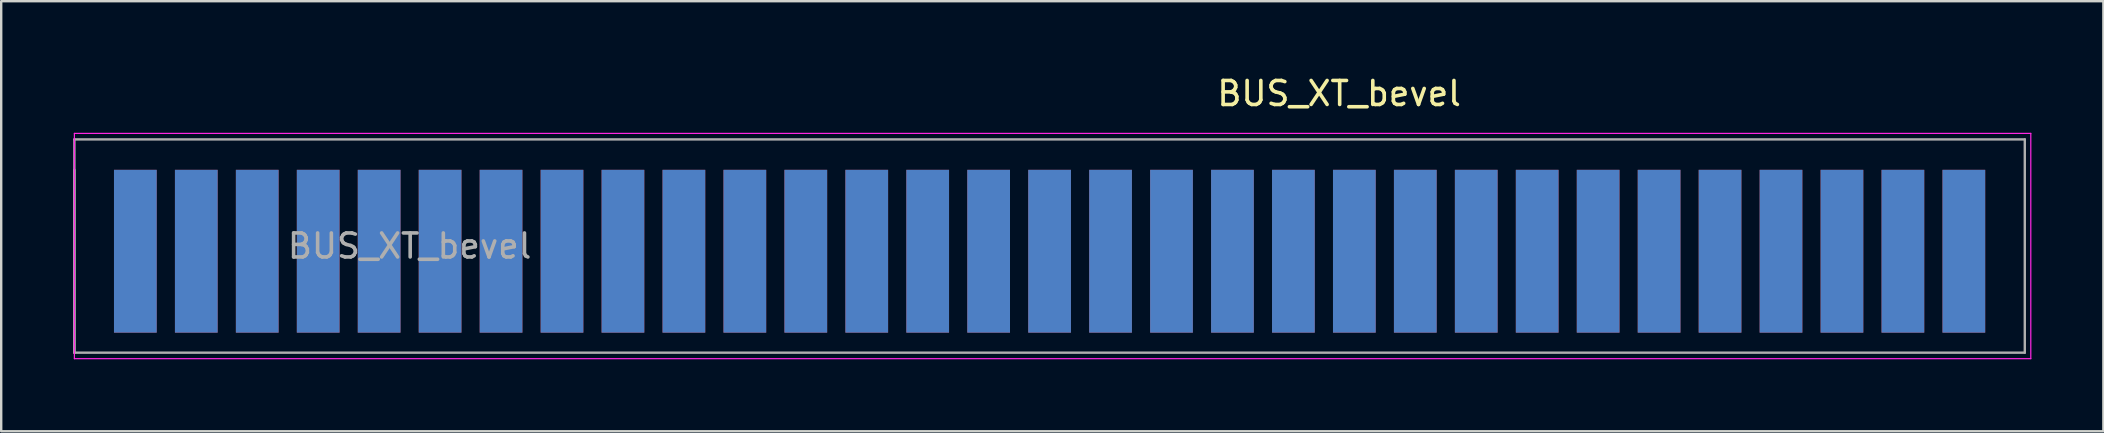
<source format=kicad_pcb>
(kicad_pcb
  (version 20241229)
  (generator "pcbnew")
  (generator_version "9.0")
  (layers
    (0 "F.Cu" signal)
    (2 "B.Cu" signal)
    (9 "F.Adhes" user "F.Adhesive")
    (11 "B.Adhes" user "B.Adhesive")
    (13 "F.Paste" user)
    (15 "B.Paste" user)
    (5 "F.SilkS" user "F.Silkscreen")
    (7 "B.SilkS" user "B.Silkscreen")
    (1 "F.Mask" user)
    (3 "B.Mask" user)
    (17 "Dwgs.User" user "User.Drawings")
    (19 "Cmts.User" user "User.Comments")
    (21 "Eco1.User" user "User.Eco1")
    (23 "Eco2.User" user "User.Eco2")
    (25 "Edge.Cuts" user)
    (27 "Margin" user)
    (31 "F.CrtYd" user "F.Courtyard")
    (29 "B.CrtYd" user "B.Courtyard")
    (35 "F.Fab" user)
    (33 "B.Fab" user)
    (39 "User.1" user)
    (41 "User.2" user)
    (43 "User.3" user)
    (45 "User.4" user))
  (footprint "BUS_XT_bevel"
    (layer "F.Cu")
    (at 78.79 7.838)
    (property "Reference" "BUS_XT_bevel" (at -26.035 -6.99 0) (layer "F.SilkS") (effects (font (size 1 1) (thickness 0.15))))
    (attr exclude_from_pos_files exclude_from_bom)
    (fp_line (start -78.74 -5.33) (end -78.74 4.06) (stroke (width 0.05) (type solid)) (layer "F.CrtYd"))
    (fp_line (start -78.74 -5.33) (end 2.79 -5.33) (stroke (width 0.05) (type solid)) (layer "F.CrtYd"))
    (fp_line (start 2.79 4.06) (end -78.74 4.06) (stroke (width 0.05) (type solid)) (layer "F.CrtYd"))
    (fp_line (start 2.79 4.06) (end 2.79 -5.33) (stroke (width 0.05) (type solid)) (layer "F.CrtYd"))
    (fp_line (start -78.74 -5.08) (end 2.54 -5.08) (stroke (width 0.1) (type solid)) (layer "F.Fab"))
    (fp_line (start -78.74 3.81) (end -78.74 -5.08) (stroke (width 0.1) (type solid)) (layer "F.Fab"))
    (fp_line (start -78.74 3.81) (end -78.74 -3.81) (stroke (width 0.1) (type solid)) (layer "F.Fab"))
    (fp_line (start 2.54 -5.08) (end 2.54 3.81) (stroke (width 0.1) (type solid)) (layer "F.Fab"))
    (fp_line (start 2.54 3.81) (end -78.74 3.81) (stroke (width 0.1) (type solid)) (layer "F.Fab"))
    (fp_text user "${REFERENCE}" (at -64.77 -0.635 0) (layer "F.Fab") (effects (font (size 1 1) (thickness 0.15))))
    (pad "1" connect rect (at 0 -0.418) (size 1.78 6.785) (layers "B.Cu" "B.Mask"))
    (pad "2" connect rect (at -2.54 -0.418) (size 1.78 6.785) (layers "B.Cu" "B.Mask"))
    (pad "3" connect rect (at -5.08 -0.418) (size 1.78 6.785) (layers "B.Cu" "B.Mask"))
    (pad "4" connect rect (at -7.62 -0.418) (size 1.78 6.785) (layers "B.Cu" "B.Mask"))
    (pad "5" connect rect (at -10.16 -0.418) (size 1.78 6.785) (layers "B.Cu" "B.Mask"))
    (pad "6" connect rect (at -12.7 -0.418) (size 1.78 6.785) (layers "B.Cu" "B.Mask"))
    (pad "7" connect rect (at -15.24 -0.418) (size 1.78 6.785) (layers "B.Cu" "B.Mask"))
    (pad "8" connect rect (at -17.78 -0.418) (size 1.78 6.785) (layers "B.Cu" "B.Mask"))
    (pad "9" connect rect (at -20.32 -0.418) (size 1.78 6.785) (layers "B.Cu" "B.Mask"))
    (pad "10" connect rect (at -22.86 -0.418) (size 1.78 6.785) (layers "B.Cu" "B.Mask"))
    (pad "11" connect rect (at -25.4 -0.418) (size 1.78 6.785) (layers "B.Cu" "B.Mask"))
    (pad "12" connect rect (at -27.94 -0.418) (size 1.78 6.785) (layers "B.Cu" "B.Mask"))
    (pad "13" connect rect (at -30.48 -0.418) (size 1.78 6.785) (layers "B.Cu" "B.Mask"))
    (pad "14" connect rect (at -33.02 -0.418) (size 1.78 6.785) (layers "B.Cu" "B.Mask"))
    (pad "15" connect rect (at -35.56 -0.418) (size 1.78 6.785) (layers "B.Cu" "B.Mask"))
    (pad "16" connect rect (at -38.1 -0.418) (size 1.78 6.785) (layers "B.Cu" "B.Mask"))
    (pad "17" connect rect (at -40.64 -0.418) (size 1.78 6.785) (layers "B.Cu" "B.Mask"))
    (pad "18" connect rect (at -43.18 -0.418) (size 1.78 6.785) (layers "B.Cu" "B.Mask"))
    (pad "19" connect rect (at -45.72 -0.418) (size 1.78 6.785) (layers "B.Cu" "B.Mask"))
    (pad "20" connect rect (at -48.26 -0.418) (size 1.78 6.785) (layers "B.Cu" "B.Mask"))
    (pad "21" connect rect (at -50.8 -0.418) (size 1.78 6.785) (layers "B.Cu" "B.Mask"))
    (pad "22" connect rect (at -53.34 -0.418) (size 1.78 6.785) (layers "B.Cu" "B.Mask"))
    (pad "23" connect rect (at -55.88 -0.418) (size 1.78 6.785) (layers "B.Cu" "B.Mask"))
    (pad "24" connect rect (at -58.42 -0.418) (size 1.78 6.785) (layers "B.Cu" "B.Mask"))
    (pad "25" connect rect (at -60.96 -0.418) (size 1.78 6.785) (layers "B.Cu" "B.Mask"))
    (pad "26" connect rect (at -63.5 -0.418) (size 1.78 6.785) (layers "B.Cu" "B.Mask"))
    (pad "27" connect rect (at -66.04 -0.418) (size 1.78 6.785) (layers "B.Cu" "B.Mask"))
    (pad "28" connect rect (at -68.58 -0.418) (size 1.78 6.785) (layers "B.Cu" "B.Mask"))
    (pad "29" connect rect (at -71.12 -0.418) (size 1.78 6.785) (layers "B.Cu" "B.Mask"))
    (pad "30" connect rect (at -73.66 -0.418) (size 1.78 6.785) (layers "B.Cu" "B.Mask"))
    (pad "31" connect rect (at -76.2 -0.418) (size 1.78 6.785) (layers "B.Cu" "B.Mask"))
    (pad "32" connect rect (at 0 -0.418) (size 1.78 6.785) (layers "F.Cu" "F.Mask"))
    (pad "33" connect rect (at -2.54 -0.418) (size 1.78 6.785) (layers "F.Cu" "F.Mask"))
    (pad "34" connect rect (at -5.08 -0.418) (size 1.78 6.785) (layers "F.Cu" "F.Mask"))
    (pad "35" connect rect (at -7.62 -0.418) (size 1.78 6.785) (layers "F.Cu" "F.Mask"))
    (pad "36" connect rect (at -10.16 -0.418) (size 1.78 6.785) (layers "F.Cu" "F.Mask"))
    (pad "37" connect rect (at -12.7 -0.418) (size 1.78 6.785) (layers "F.Cu" "F.Mask"))
    (pad "38" connect rect (at -15.24 -0.418) (size 1.78 6.785) (layers "F.Cu" "F.Mask"))
    (pad "39" connect rect (at -17.78 -0.418) (size 1.78 6.785) (layers "F.Cu" "F.Mask"))
    (pad "40" connect rect (at -20.32 -0.418) (size 1.78 6.785) (layers "F.Cu" "F.Mask"))
    (pad "41" connect rect (at -22.86 -0.418) (size 1.78 6.785) (layers "F.Cu" "F.Mask"))
    (pad "42" connect rect (at -25.4 -0.418) (size 1.78 6.785) (layers "F.Cu" "F.Mask"))
    (pad "43" connect rect (at -27.94 -0.418) (size 1.78 6.785) (layers "F.Cu" "F.Mask"))
    (pad "44" connect rect (at -30.48 -0.418) (size 1.78 6.785) (layers "F.Cu" "F.Mask"))
    (pad "45" connect rect (at -33.02 -0.418) (size 1.78 6.785) (layers "F.Cu" "F.Mask"))
    (pad "46" connect rect (at -35.56 -0.418) (size 1.78 6.785) (layers "F.Cu" "F.Mask"))
    (pad "47" connect rect (at -38.1 -0.418) (size 1.78 6.785) (layers "F.Cu" "F.Mask"))
    (pad "48" connect rect (at -40.64 -0.418) (size 1.78 6.785) (layers "F.Cu" "F.Mask"))
    (pad "49" connect rect (at -43.18 -0.418) (size 1.78 6.785) (layers "F.Cu" "F.Mask"))
    (pad "50" connect rect (at -45.72 -0.418) (size 1.78 6.785) (layers "F.Cu" "F.Mask"))
    (pad "51" connect rect (at -48.26 -0.418) (size 1.78 6.785) (layers "F.Cu" "F.Mask"))
    (pad "52" connect rect (at -50.8 -0.418) (size 1.78 6.785) (layers "F.Cu" "F.Mask"))
    (pad "53" connect rect (at -53.34 -0.418) (size 1.78 6.785) (layers "F.Cu" "F.Mask"))
    (pad "54" connect rect (at -55.88 -0.418) (size 1.78 6.785) (layers "F.Cu" "F.Mask"))
    (pad "55" connect rect (at -58.42 -0.418) (size 1.78 6.785) (layers "F.Cu" "F.Mask"))
    (pad "56" connect rect (at -60.96 -0.418) (size 1.78 6.785) (layers "F.Cu" "F.Mask"))
    (pad "57" connect rect (at -63.5 -0.418) (size 1.78 6.785) (layers "F.Cu" "F.Mask"))
    (pad "58" connect rect (at -66.04 -0.418) (size 1.78 6.785) (layers "F.Cu" "F.Mask"))
    (pad "59" connect rect (at -68.58 -0.418) (size 1.78 6.785) (layers "F.Cu" "F.Mask"))
    (pad "60" connect rect (at -71.12 -0.418) (size 1.78 6.785) (layers "F.Cu" "F.Mask"))
    (pad "61" connect rect (at -73.66 -0.418) (size 1.78 6.785) (layers "F.Cu" "F.Mask"))
    (pad "62" connect rect (at -76.2 -0.418) (size 1.78 6.785) (layers "F.Cu" "F.Mask")))
  (gr_rect
    (start -3 -3)
    (end 84.605 14.923)
    (stroke (width 0.1) (type default))
    (fill no)
    (layer "Edge.Cuts")))
</source>
